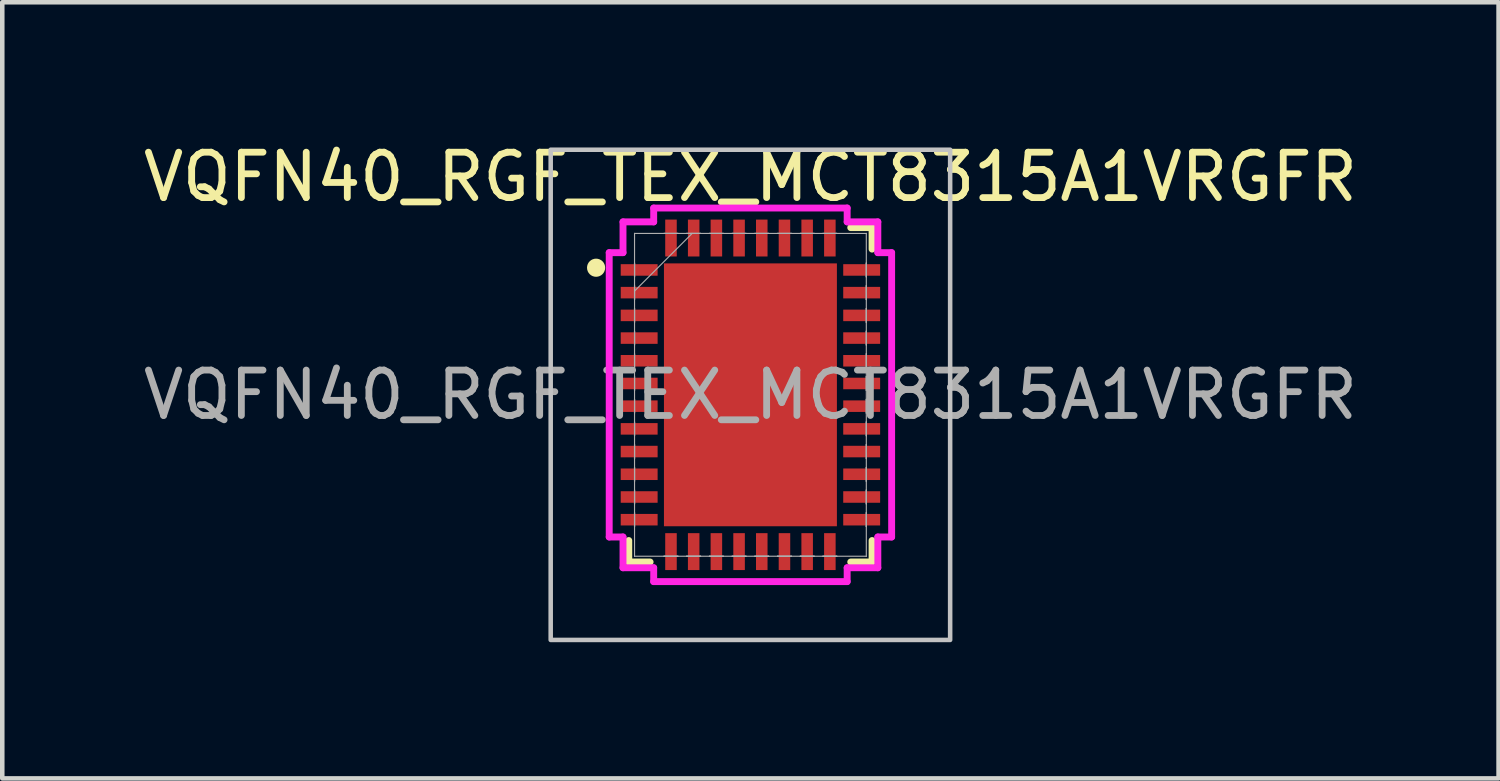
<source format=kicad_pcb>
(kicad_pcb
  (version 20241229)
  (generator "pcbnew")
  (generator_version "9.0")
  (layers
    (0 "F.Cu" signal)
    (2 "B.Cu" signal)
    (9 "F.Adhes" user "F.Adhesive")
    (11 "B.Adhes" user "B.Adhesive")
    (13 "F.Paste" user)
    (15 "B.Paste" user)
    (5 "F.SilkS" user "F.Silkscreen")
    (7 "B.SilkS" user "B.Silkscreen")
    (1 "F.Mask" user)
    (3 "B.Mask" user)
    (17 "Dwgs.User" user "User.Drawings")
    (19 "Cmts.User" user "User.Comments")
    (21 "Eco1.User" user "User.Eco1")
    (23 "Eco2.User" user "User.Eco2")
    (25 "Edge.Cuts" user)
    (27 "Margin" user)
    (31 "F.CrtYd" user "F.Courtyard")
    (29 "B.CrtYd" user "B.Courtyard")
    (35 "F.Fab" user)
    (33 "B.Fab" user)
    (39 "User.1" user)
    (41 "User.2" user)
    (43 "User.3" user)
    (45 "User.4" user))
  (footprint "VQFN40_RGF_TEX_MCT8315A1VRGFR"
    (layer "F.Cu")
    (at 13.482 5.648)
    (property "Reference" "VQFN40_RGF_TEX_MCT8315A1VRGFR" (at 0 -4.8 0) (unlocked yes) (layer "F.SilkS") (effects (font (size 1 1) (thickness 0.15))))
    (attr smd)
    (fp_line (start -2.68 3.21) (end -2.68 3.683) (stroke (width 0.152) (type solid)) (layer "F.SilkS"))
    (fp_line (start -2.68 3.683) (end -2.21 3.683) (stroke (width 0.152) (type solid)) (layer "F.SilkS"))
    (fp_line (start 2.21 3.683) (end 2.68 3.683) (stroke (width 0.152) (type solid)) (layer "F.SilkS"))
    (fp_line (start 2.68 -3.683) (end 2.21 -3.683) (stroke (width 0.152) (type solid)) (layer "F.SilkS"))
    (fp_line (start 2.68 -3.21) (end 2.68 -3.683) (stroke (width 0.152) (type solid)) (layer "F.SilkS"))
    (fp_line (start 2.68 3.683) (end 2.68 3.21) (stroke (width 0.152) (type solid)) (layer "F.SilkS"))
    (fp_circle (center -3.4 -2.8) (end -3.3 -2.8) (stroke (width 0.2) (type default)) (fill no) (layer "F.SilkS"))
    (fp_poly (pts (xy -1.805 -2.796) (xy -1.805 -1.548) (xy -0.735 -1.548) (xy -0.735 -2.796)) (stroke (width 0) (type solid)) (fill yes) (layer "F.Paste"))
    (fp_poly (pts (xy -1.805 -1.348) (xy -1.805 -0.1) (xy -0.735 -0.1) (xy -0.735 -1.348)) (stroke (width 0) (type solid)) (fill yes) (layer "F.Paste"))
    (fp_poly (pts (xy -1.805 0.1) (xy -1.805 1.348) (xy -0.735 1.348) (xy -0.735 0.1)) (stroke (width 0) (type solid)) (fill yes) (layer "F.Paste"))
    (fp_poly (pts (xy -1.805 1.548) (xy -1.805 2.796) (xy -0.735 2.796) (xy -0.735 1.548)) (stroke (width 0) (type solid)) (fill yes) (layer "F.Paste"))
    (fp_poly (pts (xy -0.535 -2.796) (xy -0.535 -1.548) (xy 0.535 -1.548) (xy 0.535 -2.796)) (stroke (width 0) (type solid)) (fill yes) (layer "F.Paste"))
    (fp_poly (pts (xy -0.535 -1.348) (xy -0.535 -0.1) (xy 0.535 -0.1) (xy 0.535 -1.348)) (stroke (width 0) (type solid)) (fill yes) (layer "F.Paste"))
    (fp_poly (pts (xy -0.535 0.1) (xy -0.535 1.348) (xy 0.535 1.348) (xy 0.535 0.1)) (stroke (width 0) (type solid)) (fill yes) (layer "F.Paste"))
    (fp_poly (pts (xy -0.535 1.548) (xy -0.535 2.796) (xy 0.535 2.796) (xy 0.535 1.548)) (stroke (width 0) (type solid)) (fill yes) (layer "F.Paste"))
    (fp_poly (pts (xy 0.735 -2.796) (xy 0.735 -1.548) (xy 1.805 -1.548) (xy 1.805 -2.796)) (stroke (width 0) (type solid)) (fill yes) (layer "F.Paste"))
    (fp_poly (pts (xy 0.735 -1.348) (xy 0.735 -0.1) (xy 1.805 -0.1) (xy 1.805 -1.348)) (stroke (width 0) (type solid)) (fill yes) (layer "F.Paste"))
    (fp_poly (pts (xy 0.735 0.1) (xy 0.735 1.348) (xy 1.805 1.348) (xy 1.805 0.1)) (stroke (width 0) (type solid)) (fill yes) (layer "F.Paste"))
    (fp_poly (pts (xy 0.735 1.548) (xy 0.735 2.796) (xy 1.805 2.796) (xy 1.805 1.548)) (stroke (width 0) (type solid)) (fill yes) (layer "F.Paste"))
    (fp_rect (start -4.4 -5.4) (end 4.4 5.4) (stroke (width 0.1) (type default)) (fill no) (layer "Dwgs.User"))
    (fp_line (start -3.111 -3.132) (end -2.807 -3.132) (stroke (width 0.152) (type solid)) (layer "F.CrtYd"))
    (fp_line (start -3.111 3.132) (end -3.111 -3.132) (stroke (width 0.152) (type solid)) (layer "F.CrtYd"))
    (fp_line (start -2.807 -3.81) (end -2.131 -3.81) (stroke (width 0.152) (type solid)) (layer "F.CrtYd"))
    (fp_line (start -2.807 -3.132) (end -2.807 -3.81) (stroke (width 0.152) (type solid)) (layer "F.CrtYd"))
    (fp_line (start -2.807 3.132) (end -3.111 3.132) (stroke (width 0.152) (type solid)) (layer "F.CrtYd"))
    (fp_line (start -2.807 3.81) (end -2.807 3.132) (stroke (width 0.152) (type solid)) (layer "F.CrtYd"))
    (fp_line (start -2.131 -4.115) (end 2.131 -4.115) (stroke (width 0.152) (type solid)) (layer "F.CrtYd"))
    (fp_line (start -2.131 -3.81) (end -2.131 -4.115) (stroke (width 0.152) (type solid)) (layer "F.CrtYd"))
    (fp_line (start -2.131 3.81) (end -2.807 3.81) (stroke (width 0.152) (type solid)) (layer "F.CrtYd"))
    (fp_line (start -2.131 4.115) (end -2.131 3.81) (stroke (width 0.152) (type solid)) (layer "F.CrtYd"))
    (fp_line (start 2.131 -4.115) (end 2.131 -3.81) (stroke (width 0.152) (type solid)) (layer "F.CrtYd"))
    (fp_line (start 2.131 -3.81) (end 2.807 -3.81) (stroke (width 0.152) (type solid)) (layer "F.CrtYd"))
    (fp_line (start 2.131 3.81) (end 2.131 4.115) (stroke (width 0.152) (type solid)) (layer "F.CrtYd"))
    (fp_line (start 2.131 4.115) (end -2.131 4.115) (stroke (width 0.152) (type solid)) (layer "F.CrtYd"))
    (fp_line (start 2.807 -3.81) (end 2.807 -3.132) (stroke (width 0.152) (type solid)) (layer "F.CrtYd"))
    (fp_line (start 2.807 -3.132) (end 3.111 -3.132) (stroke (width 0.152) (type solid)) (layer "F.CrtYd"))
    (fp_line (start 2.807 3.132) (end 2.807 3.81) (stroke (width 0.152) (type solid)) (layer "F.CrtYd"))
    (fp_line (start 2.807 3.81) (end 2.131 3.81) (stroke (width 0.152) (type solid)) (layer "F.CrtYd"))
    (fp_line (start 3.111 -3.132) (end 3.111 3.132) (stroke (width 0.152) (type solid)) (layer "F.CrtYd"))
    (fp_line (start 3.111 3.132) (end 2.807 3.132) (stroke (width 0.152) (type solid)) (layer "F.CrtYd"))
    (fp_line (start -2.553 -3.556) (end -2.553 -3.556) (stroke (width 0.025) (type solid)) (layer "F.Fab"))
    (fp_line (start -2.553 -3.556) (end -2.553 3.556) (stroke (width 0.025) (type solid)) (layer "F.Fab"))
    (fp_line (start -2.553 -2.903) (end -2.553 -2.903) (stroke (width 0.025) (type solid)) (layer "F.Fab"))
    (fp_line (start -2.553 -2.903) (end -2.553 -2.598) (stroke (width 0.025) (type solid)) (layer "F.Fab"))
    (fp_line (start -2.553 -2.598) (end -2.553 -2.903) (stroke (width 0.025) (type solid)) (layer "F.Fab"))
    (fp_line (start -2.553 -2.598) (end -2.553 -2.598) (stroke (width 0.025) (type solid)) (layer "F.Fab"))
    (fp_line (start -2.553 -2.403) (end -2.553 -2.403) (stroke (width 0.025) (type solid)) (layer "F.Fab"))
    (fp_line (start -2.553 -2.403) (end -2.553 -2.098) (stroke (width 0.025) (type solid)) (layer "F.Fab"))
    (fp_line (start -2.553 -2.286) (end -1.283 -3.556) (stroke (width 0.025) (type solid)) (layer "F.Fab"))
    (fp_line (start -2.553 -2.098) (end -2.553 -2.403) (stroke (width 0.025) (type solid)) (layer "F.Fab"))
    (fp_line (start -2.553 -2.098) (end -2.553 -2.098) (stroke (width 0.025) (type solid)) (layer "F.Fab"))
    (fp_line (start -2.553 -1.903) (end -2.553 -1.903) (stroke (width 0.025) (type solid)) (layer "F.Fab"))
    (fp_line (start -2.553 -1.903) (end -2.553 -1.598) (stroke (width 0.025) (type solid)) (layer "F.Fab"))
    (fp_line (start -2.553 -1.598) (end -2.553 -1.903) (stroke (width 0.025) (type solid)) (layer "F.Fab"))
    (fp_line (start -2.553 -1.598) (end -2.553 -1.598) (stroke (width 0.025) (type solid)) (layer "F.Fab"))
    (fp_line (start -2.553 -1.403) (end -2.553 -1.403) (stroke (width 0.025) (type solid)) (layer "F.Fab"))
    (fp_line (start -2.553 -1.403) (end -2.553 -1.098) (stroke (width 0.025) (type solid)) (layer "F.Fab"))
    (fp_line (start -2.553 -1.098) (end -2.553 -1.403) (stroke (width 0.025) (type solid)) (layer "F.Fab"))
    (fp_line (start -2.553 -1.098) (end -2.553 -1.098) (stroke (width 0.025) (type solid)) (layer "F.Fab"))
    (fp_line (start -2.553 -0.903) (end -2.553 -0.903) (stroke (width 0.025) (type solid)) (layer "F.Fab"))
    (fp_line (start -2.553 -0.903) (end -2.553 -0.598) (stroke (width 0.025) (type solid)) (layer "F.Fab"))
    (fp_line (start -2.553 -0.598) (end -2.553 -0.903) (stroke (width 0.025) (type solid)) (layer "F.Fab"))
    (fp_line (start -2.553 -0.598) (end -2.553 -0.598) (stroke (width 0.025) (type solid)) (layer "F.Fab"))
    (fp_line (start -2.553 -0.402) (end -2.553 -0.402) (stroke (width 0.025) (type solid)) (layer "F.Fab"))
    (fp_line (start -2.553 -0.402) (end -2.553 -0.098) (stroke (width 0.025) (type solid)) (layer "F.Fab"))
    (fp_line (start -2.553 -0.098) (end -2.553 -0.402) (stroke (width 0.025) (type solid)) (layer "F.Fab"))
    (fp_line (start -2.553 -0.098) (end -2.553 -0.098) (stroke (width 0.025) (type solid)) (layer "F.Fab"))
    (fp_line (start -2.553 0.098) (end -2.553 0.098) (stroke (width 0.025) (type solid)) (layer "F.Fab"))
    (fp_line (start -2.553 0.098) (end -2.553 0.402) (stroke (width 0.025) (type solid)) (layer "F.Fab"))
    (fp_line (start -2.553 0.402) (end -2.553 0.098) (stroke (width 0.025) (type solid)) (layer "F.Fab"))
    (fp_line (start -2.553 0.402) (end -2.553 0.402) (stroke (width 0.025) (type solid)) (layer "F.Fab"))
    (fp_line (start -2.553 0.598) (end -2.553 0.598) (stroke (width 0.025) (type solid)) (layer "F.Fab"))
    (fp_line (start -2.553 0.598) (end -2.553 0.903) (stroke (width 0.025) (type solid)) (layer "F.Fab"))
    (fp_line (start -2.553 0.903) (end -2.553 0.598) (stroke (width 0.025) (type solid)) (layer "F.Fab"))
    (fp_line (start -2.553 0.903) (end -2.553 0.903) (stroke (width 0.025) (type solid)) (layer "F.Fab"))
    (fp_line (start -2.553 1.098) (end -2.553 1.098) (stroke (width 0.025) (type solid)) (layer "F.Fab"))
    (fp_line (start -2.553 1.098) (end -2.553 1.403) (stroke (width 0.025) (type solid)) (layer "F.Fab"))
    (fp_line (start -2.553 1.403) (end -2.553 1.098) (stroke (width 0.025) (type solid)) (layer "F.Fab"))
    (fp_line (start -2.553 1.403) (end -2.553 1.403) (stroke (width 0.025) (type solid)) (layer "F.Fab"))
    (fp_line (start -2.553 1.598) (end -2.553 1.598) (stroke (width 0.025) (type solid)) (layer "F.Fab"))
    (fp_line (start -2.553 1.598) (end -2.553 1.903) (stroke (width 0.025) (type solid)) (layer "F.Fab"))
    (fp_line (start -2.553 1.903) (end -2.553 1.598) (stroke (width 0.025) (type solid)) (layer "F.Fab"))
    (fp_line (start -2.553 1.903) (end -2.553 1.903) (stroke (width 0.025) (type solid)) (layer "F.Fab"))
    (fp_line (start -2.553 2.098) (end -2.553 2.098) (stroke (width 0.025) (type solid)) (layer "F.Fab"))
    (fp_line (start -2.553 2.098) (end -2.553 2.403) (stroke (width 0.025) (type solid)) (layer "F.Fab"))
    (fp_line (start -2.553 2.403) (end -2.553 2.098) (stroke (width 0.025) (type solid)) (layer "F.Fab"))
    (fp_line (start -2.553 2.403) (end -2.553 2.403) (stroke (width 0.025) (type solid)) (layer "F.Fab"))
    (fp_line (start -2.553 2.598) (end -2.553 2.598) (stroke (width 0.025) (type solid)) (layer "F.Fab"))
    (fp_line (start -2.553 2.598) (end -2.553 2.903) (stroke (width 0.025) (type solid)) (layer "F.Fab"))
    (fp_line (start -2.553 2.903) (end -2.553 2.598) (stroke (width 0.025) (type solid)) (layer "F.Fab"))
    (fp_line (start -2.553 2.903) (end -2.553 2.903) (stroke (width 0.025) (type solid)) (layer "F.Fab"))
    (fp_line (start -2.553 3.556) (end -2.553 3.556) (stroke (width 0.025) (type solid)) (layer "F.Fab"))
    (fp_line (start -2.553 3.556) (end 2.553 3.556) (stroke (width 0.025) (type solid)) (layer "F.Fab"))
    (fp_line (start -1.903 -3.556) (end -1.903 -3.556) (stroke (width 0.025) (type solid)) (layer "F.Fab"))
    (fp_line (start -1.903 -3.556) (end -1.598 -3.556) (stroke (width 0.025) (type solid)) (layer "F.Fab"))
    (fp_line (start -1.903 3.556) (end -1.903 3.556) (stroke (width 0.025) (type solid)) (layer "F.Fab"))
    (fp_line (start -1.903 3.556) (end -1.598 3.556) (stroke (width 0.025) (type solid)) (layer "F.Fab"))
    (fp_line (start -1.598 -3.556) (end -1.903 -3.556) (stroke (width 0.025) (type solid)) (layer "F.Fab"))
    (fp_line (start -1.598 -3.556) (end -1.598 -3.556) (stroke (width 0.025) (type solid)) (layer "F.Fab"))
    (fp_line (start -1.598 3.556) (end -1.903 3.556) (stroke (width 0.025) (type solid)) (layer "F.Fab"))
    (fp_line (start -1.598 3.556) (end -1.598 3.556) (stroke (width 0.025) (type solid)) (layer "F.Fab"))
    (fp_line (start -1.403 -3.556) (end -1.403 -3.556) (stroke (width 0.025) (type solid)) (layer "F.Fab"))
    (fp_line (start -1.403 -3.556) (end -1.098 -3.556) (stroke (width 0.025) (type solid)) (layer "F.Fab"))
    (fp_line (start -1.403 3.556) (end -1.403 3.556) (stroke (width 0.025) (type solid)) (layer "F.Fab"))
    (fp_line (start -1.403 3.556) (end -1.098 3.556) (stroke (width 0.025) (type solid)) (layer "F.Fab"))
    (fp_line (start -1.098 -3.556) (end -1.403 -3.556) (stroke (width 0.025) (type solid)) (layer "F.Fab"))
    (fp_line (start -1.098 -3.556) (end -1.098 -3.556) (stroke (width 0.025) (type solid)) (layer "F.Fab"))
    (fp_line (start -1.098 3.556) (end -1.403 3.556) (stroke (width 0.025) (type solid)) (layer "F.Fab"))
    (fp_line (start -1.098 3.556) (end -1.098 3.556) (stroke (width 0.025) (type solid)) (layer "F.Fab"))
    (fp_line (start -0.903 -3.556) (end -0.903 -3.556) (stroke (width 0.025) (type solid)) (layer "F.Fab"))
    (fp_line (start -0.903 -3.556) (end -0.598 -3.556) (stroke (width 0.025) (type solid)) (layer "F.Fab"))
    (fp_line (start -0.903 3.556) (end -0.903 3.556) (stroke (width 0.025) (type solid)) (layer "F.Fab"))
    (fp_line (start -0.903 3.556) (end -0.598 3.556) (stroke (width 0.025) (type solid)) (layer "F.Fab"))
    (fp_line (start -0.598 -3.556) (end -0.903 -3.556) (stroke (width 0.025) (type solid)) (layer "F.Fab"))
    (fp_line (start -0.598 -3.556) (end -0.598 -3.556) (stroke (width 0.025) (type solid)) (layer "F.Fab"))
    (fp_line (start -0.598 3.556) (end -0.903 3.556) (stroke (width 0.025) (type solid)) (layer "F.Fab"))
    (fp_line (start -0.598 3.556) (end -0.598 3.556) (stroke (width 0.025) (type solid)) (layer "F.Fab"))
    (fp_line (start -0.402 -3.556) (end -0.402 -3.556) (stroke (width 0.025) (type solid)) (layer "F.Fab"))
    (fp_line (start -0.402 -3.556) (end -0.098 -3.556) (stroke (width 0.025) (type solid)) (layer "F.Fab"))
    (fp_line (start -0.402 3.556) (end -0.402 3.556) (stroke (width 0.025) (type solid)) (layer "F.Fab"))
    (fp_line (start -0.402 3.556) (end -0.098 3.556) (stroke (width 0.025) (type solid)) (layer "F.Fab"))
    (fp_line (start -0.098 -3.556) (end -0.402 -3.556) (stroke (width 0.025) (type solid)) (layer "F.Fab"))
    (fp_line (start -0.098 -3.556) (end -0.098 -3.556) (stroke (width 0.025) (type solid)) (layer "F.Fab"))
    (fp_line (start -0.098 3.556) (end -0.402 3.556) (stroke (width 0.025) (type solid)) (layer "F.Fab"))
    (fp_line (start -0.098 3.556) (end -0.098 3.556) (stroke (width 0.025) (type solid)) (layer "F.Fab"))
    (fp_line (start 0.098 -3.556) (end 0.098 -3.556) (stroke (width 0.025) (type solid)) (layer "F.Fab"))
    (fp_line (start 0.098 -3.556) (end 0.402 -3.556) (stroke (width 0.025) (type solid)) (layer "F.Fab"))
    (fp_line (start 0.098 3.556) (end 0.098 3.556) (stroke (width 0.025) (type solid)) (layer "F.Fab"))
    (fp_line (start 0.098 3.556) (end 0.402 3.556) (stroke (width 0.025) (type solid)) (layer "F.Fab"))
    (fp_line (start 0.402 -3.556) (end 0.098 -3.556) (stroke (width 0.025) (type solid)) (layer "F.Fab"))
    (fp_line (start 0.402 -3.556) (end 0.402 -3.556) (stroke (width 0.025) (type solid)) (layer "F.Fab"))
    (fp_line (start 0.402 3.556) (end 0.098 3.556) (stroke (width 0.025) (type solid)) (layer "F.Fab"))
    (fp_line (start 0.402 3.556) (end 0.402 3.556) (stroke (width 0.025) (type solid)) (layer "F.Fab"))
    (fp_line (start 0.598 -3.556) (end 0.598 -3.556) (stroke (width 0.025) (type solid)) (layer "F.Fab"))
    (fp_line (start 0.598 -3.556) (end 0.903 -3.556) (stroke (width 0.025) (type solid)) (layer "F.Fab"))
    (fp_line (start 0.598 3.556) (end 0.598 3.556) (stroke (width 0.025) (type solid)) (layer "F.Fab"))
    (fp_line (start 0.598 3.556) (end 0.903 3.556) (stroke (width 0.025) (type solid)) (layer "F.Fab"))
    (fp_line (start 0.903 -3.556) (end 0.598 -3.556) (stroke (width 0.025) (type solid)) (layer "F.Fab"))
    (fp_line (start 0.903 -3.556) (end 0.903 -3.556) (stroke (width 0.025) (type solid)) (layer "F.Fab"))
    (fp_line (start 0.903 3.556) (end 0.598 3.556) (stroke (width 0.025) (type solid)) (layer "F.Fab"))
    (fp_line (start 0.903 3.556) (end 0.903 3.556) (stroke (width 0.025) (type solid)) (layer "F.Fab"))
    (fp_line (start 1.098 -3.556) (end 1.098 -3.556) (stroke (width 0.025) (type solid)) (layer "F.Fab"))
    (fp_line (start 1.098 -3.556) (end 1.403 -3.556) (stroke (width 0.025) (type solid)) (layer "F.Fab"))
    (fp_line (start 1.098 3.556) (end 1.098 3.556) (stroke (width 0.025) (type solid)) (layer "F.Fab"))
    (fp_line (start 1.098 3.556) (end 1.403 3.556) (stroke (width 0.025) (type solid)) (layer "F.Fab"))
    (fp_line (start 1.403 -3.556) (end 1.098 -3.556) (stroke (width 0.025) (type solid)) (layer "F.Fab"))
    (fp_line (start 1.403 -3.556) (end 1.403 -3.556) (stroke (width 0.025) (type solid)) (layer "F.Fab"))
    (fp_line (start 1.403 3.556) (end 1.098 3.556) (stroke (width 0.025) (type solid)) (layer "F.Fab"))
    (fp_line (start 1.403 3.556) (end 1.403 3.556) (stroke (width 0.025) (type solid)) (layer "F.Fab"))
    (fp_line (start 1.598 -3.556) (end 1.598 -3.556) (stroke (width 0.025) (type solid)) (layer "F.Fab"))
    (fp_line (start 1.598 -3.556) (end 1.903 -3.556) (stroke (width 0.025) (type solid)) (layer "F.Fab"))
    (fp_line (start 1.598 3.556) (end 1.598 3.556) (stroke (width 0.025) (type solid)) (layer "F.Fab"))
    (fp_line (start 1.598 3.556) (end 1.903 3.556) (stroke (width 0.025) (type solid)) (layer "F.Fab"))
    (fp_line (start 1.903 -3.556) (end 1.598 -3.556) (stroke (width 0.025) (type solid)) (layer "F.Fab"))
    (fp_line (start 1.903 -3.556) (end 1.903 -3.556) (stroke (width 0.025) (type solid)) (layer "F.Fab"))
    (fp_line (start 1.903 3.556) (end 1.598 3.556) (stroke (width 0.025) (type solid)) (layer "F.Fab"))
    (fp_line (start 1.903 3.556) (end 1.903 3.556) (stroke (width 0.025) (type solid)) (layer "F.Fab"))
    (fp_line (start 2.553 -3.556) (end -2.553 -3.556) (stroke (width 0.025) (type solid)) (layer "F.Fab"))
    (fp_line (start 2.553 -3.556) (end 2.553 -3.556) (stroke (width 0.025) (type solid)) (layer "F.Fab"))
    (fp_line (start 2.553 -2.903) (end 2.553 -2.903) (stroke (width 0.025) (type solid)) (layer "F.Fab"))
    (fp_line (start 2.553 -2.903) (end 2.553 -2.598) (stroke (width 0.025) (type solid)) (layer "F.Fab"))
    (fp_line (start 2.553 -2.598) (end 2.553 -2.903) (stroke (width 0.025) (type solid)) (layer "F.Fab"))
    (fp_line (start 2.553 -2.598) (end 2.553 -2.598) (stroke (width 0.025) (type solid)) (layer "F.Fab"))
    (fp_line (start 2.553 -2.403) (end 2.553 -2.403) (stroke (width 0.025) (type solid)) (layer "F.Fab"))
    (fp_line (start 2.553 -2.403) (end 2.553 -2.098) (stroke (width 0.025) (type solid)) (layer "F.Fab"))
    (fp_line (start 2.553 -2.098) (end 2.553 -2.403) (stroke (width 0.025) (type solid)) (layer "F.Fab"))
    (fp_line (start 2.553 -2.098) (end 2.553 -2.098) (stroke (width 0.025) (type solid)) (layer "F.Fab"))
    (fp_line (start 2.553 -1.903) (end 2.553 -1.903) (stroke (width 0.025) (type solid)) (layer "F.Fab"))
    (fp_line (start 2.553 -1.903) (end 2.553 -1.598) (stroke (width 0.025) (type solid)) (layer "F.Fab"))
    (fp_line (start 2.553 -1.598) (end 2.553 -1.903) (stroke (width 0.025) (type solid)) (layer "F.Fab"))
    (fp_line (start 2.553 -1.598) (end 2.553 -1.598) (stroke (width 0.025) (type solid)) (layer "F.Fab"))
    (fp_line (start 2.553 -1.403) (end 2.553 -1.403) (stroke (width 0.025) (type solid)) (layer "F.Fab"))
    (fp_line (start 2.553 -1.403) (end 2.553 -1.098) (stroke (width 0.025) (type solid)) (layer "F.Fab"))
    (fp_line (start 2.553 -1.098) (end 2.553 -1.403) (stroke (width 0.025) (type solid)) (layer "F.Fab"))
    (fp_line (start 2.553 -1.098) (end 2.553 -1.098) (stroke (width 0.025) (type solid)) (layer "F.Fab"))
    (fp_line (start 2.553 -0.903) (end 2.553 -0.903) (stroke (width 0.025) (type solid)) (layer "F.Fab"))
    (fp_line (start 2.553 -0.903) (end 2.553 -0.598) (stroke (width 0.025) (type solid)) (layer "F.Fab"))
    (fp_line (start 2.553 -0.598) (end 2.553 -0.903) (stroke (width 0.025) (type solid)) (layer "F.Fab"))
    (fp_line (start 2.553 -0.598) (end 2.553 -0.598) (stroke (width 0.025) (type solid)) (layer "F.Fab"))
    (fp_line (start 2.553 -0.402) (end 2.553 -0.402) (stroke (width 0.025) (type solid)) (layer "F.Fab"))
    (fp_line (start 2.553 -0.402) (end 2.553 -0.098) (stroke (width 0.025) (type solid)) (layer "F.Fab"))
    (fp_line (start 2.553 -0.098) (end 2.553 -0.402) (stroke (width 0.025) (type solid)) (layer "F.Fab"))
    (fp_line (start 2.553 -0.098) (end 2.553 -0.098) (stroke (width 0.025) (type solid)) (layer "F.Fab"))
    (fp_line (start 2.553 0.098) (end 2.553 0.098) (stroke (width 0.025) (type solid)) (layer "F.Fab"))
    (fp_line (start 2.553 0.098) (end 2.553 0.402) (stroke (width 0.025) (type solid)) (layer "F.Fab"))
    (fp_line (start 2.553 0.402) (end 2.553 0.098) (stroke (width 0.025) (type solid)) (layer "F.Fab"))
    (fp_line (start 2.553 0.402) (end 2.553 0.402) (stroke (width 0.025) (type solid)) (layer "F.Fab"))
    (fp_line (start 2.553 0.598) (end 2.553 0.598) (stroke (width 0.025) (type solid)) (layer "F.Fab"))
    (fp_line (start 2.553 0.598) (end 2.553 0.903) (stroke (width 0.025) (type solid)) (layer "F.Fab"))
    (fp_line (start 2.553 0.903) (end 2.553 0.598) (stroke (width 0.025) (type solid)) (layer "F.Fab"))
    (fp_line (start 2.553 0.903) (end 2.553 0.903) (stroke (width 0.025) (type solid)) (layer "F.Fab"))
    (fp_line (start 2.553 1.098) (end 2.553 1.098) (stroke (width 0.025) (type solid)) (layer "F.Fab"))
    (fp_line (start 2.553 1.098) (end 2.553 1.403) (stroke (width 0.025) (type solid)) (layer "F.Fab"))
    (fp_line (start 2.553 1.403) (end 2.553 1.098) (stroke (width 0.025) (type solid)) (layer "F.Fab"))
    (fp_line (start 2.553 1.403) (end 2.553 1.403) (stroke (width 0.025) (type solid)) (layer "F.Fab"))
    (fp_line (start 2.553 1.598) (end 2.553 1.598) (stroke (width 0.025) (type solid)) (layer "F.Fab"))
    (fp_line (start 2.553 1.598) (end 2.553 1.903) (stroke (width 0.025) (type solid)) (layer "F.Fab"))
    (fp_line (start 2.553 1.903) (end 2.553 1.598) (stroke (width 0.025) (type solid)) (layer "F.Fab"))
    (fp_line (start 2.553 1.903) (end 2.553 1.903) (stroke (width 0.025) (type solid)) (layer "F.Fab"))
    (fp_line (start 2.553 2.098) (end 2.553 2.098) (stroke (width 0.025) (type solid)) (layer "F.Fab"))
    (fp_line (start 2.553 2.098) (end 2.553 2.403) (stroke (width 0.025) (type solid)) (layer "F.Fab"))
    (fp_line (start 2.553 2.403) (end 2.553 2.098) (stroke (width 0.025) (type solid)) (layer "F.Fab"))
    (fp_line (start 2.553 2.403) (end 2.553 2.403) (stroke (width 0.025) (type solid)) (layer "F.Fab"))
    (fp_line (start 2.553 2.598) (end 2.553 2.598) (stroke (width 0.025) (type solid)) (layer "F.Fab"))
    (fp_line (start 2.553 2.598) (end 2.553 2.903) (stroke (width 0.025) (type solid)) (layer "F.Fab"))
    (fp_line (start 2.553 2.903) (end 2.553 2.598) (stroke (width 0.025) (type solid)) (layer "F.Fab"))
    (fp_line (start 2.553 2.903) (end 2.553 2.903) (stroke (width 0.025) (type solid)) (layer "F.Fab"))
    (fp_line (start 2.553 3.556) (end 2.553 -3.556) (stroke (width 0.025) (type solid)) (layer "F.Fab"))
    (fp_line (start 2.553 3.556) (end 2.553 3.556) (stroke (width 0.025) (type solid)) (layer "F.Fab"))
    (fp_text user "${REFERENCE}" (at 0 0 0) (unlocked yes) (layer "F.Fab") (effects (font (size 1 1) (thickness 0.15))))
    (pad "1" smd rect (at -2.451 -2.751 90) (size 0.254 0.813) (layers "F.Cu" "F.Mask" "F.Paste"))
    (pad "2" smd rect (at -2.451 -2.251 90) (size 0.254 0.813) (layers "F.Cu" "F.Mask" "F.Paste"))
    (pad "3" smd rect (at -2.451 -1.75 90) (size 0.254 0.813) (layers "F.Cu" "F.Mask" "F.Paste"))
    (pad "4" smd rect (at -2.451 -1.25 90) (size 0.254 0.813) (layers "F.Cu" "F.Mask" "F.Paste"))
    (pad "5" smd rect (at -2.451 -0.75 90) (size 0.254 0.813) (layers "F.Cu" "F.Mask" "F.Paste"))
    (pad "6" smd rect (at -2.451 -0.25 90) (size 0.254 0.813) (layers "F.Cu" "F.Mask" "F.Paste"))
    (pad "7" smd rect (at -2.451 0.25 90) (size 0.254 0.813) (layers "F.Cu" "F.Mask" "F.Paste"))
    (pad "8" smd rect (at -2.451 0.75 90) (size 0.254 0.813) (layers "F.Cu" "F.Mask" "F.Paste"))
    (pad "9" smd rect (at -2.451 1.25 90) (size 0.254 0.813) (layers "F.Cu" "F.Mask" "F.Paste"))
    (pad "10" smd rect (at -2.451 1.75 90) (size 0.254 0.813) (layers "F.Cu" "F.Mask" "F.Paste"))
    (pad "11" smd rect (at -2.451 2.251 90) (size 0.254 0.813) (layers "F.Cu" "F.Mask" "F.Paste"))
    (pad "12" smd rect (at -2.451 2.751 90) (size 0.254 0.813) (layers "F.Cu" "F.Mask" "F.Paste"))
    (pad "13" smd rect (at -1.75 3.454) (size 0.254 0.813) (layers "F.Cu" "F.Mask" "F.Paste"))
    (pad "14" smd rect (at -1.25 3.454) (size 0.254 0.813) (layers "F.Cu" "F.Mask" "F.Paste"))
    (pad "15" smd rect (at -0.75 3.454) (size 0.254 0.813) (layers "F.Cu" "F.Mask" "F.Paste"))
    (pad "16" smd rect (at -0.25 3.454) (size 0.254 0.813) (layers "F.Cu" "F.Mask" "F.Paste"))
    (pad "17" smd rect (at 0.25 3.454) (size 0.254 0.813) (layers "F.Cu" "F.Mask" "F.Paste"))
    (pad "18" smd rect (at 0.75 3.454) (size 0.254 0.813) (layers "F.Cu" "F.Mask" "F.Paste"))
    (pad "19" smd rect (at 1.25 3.454) (size 0.254 0.813) (layers "F.Cu" "F.Mask" "F.Paste"))
    (pad "20" smd rect (at 1.75 3.454) (size 0.254 0.813) (layers "F.Cu" "F.Mask" "F.Paste"))
    (pad "21" smd rect (at 2.451 2.751 90) (size 0.254 0.813) (layers "F.Cu" "F.Mask" "F.Paste"))
    (pad "22" smd rect (at 2.451 2.251 90) (size 0.254 0.813) (layers "F.Cu" "F.Mask" "F.Paste"))
    (pad "23" smd rect (at 2.451 1.75 90) (size 0.254 0.813) (layers "F.Cu" "F.Mask" "F.Paste"))
    (pad "24" smd rect (at 2.451 1.25 90) (size 0.254 0.813) (layers "F.Cu" "F.Mask" "F.Paste"))
    (pad "25" smd rect (at 2.451 0.75 90) (size 0.254 0.813) (layers "F.Cu" "F.Mask" "F.Paste"))
    (pad "26" smd rect (at 2.451 0.25 90) (size 0.254 0.813) (layers "F.Cu" "F.Mask" "F.Paste"))
    (pad "27" smd rect (at 2.451 -0.25 90) (size 0.254 0.813) (layers "F.Cu" "F.Mask" "F.Paste"))
    (pad "28" smd rect (at 2.451 -0.75 90) (size 0.254 0.813) (layers "F.Cu" "F.Mask" "F.Paste"))
    (pad "29" smd rect (at 2.451 -1.25 90) (size 0.254 0.813) (layers "F.Cu" "F.Mask" "F.Paste"))
    (pad "30" smd rect (at 2.451 -1.75 90) (size 0.254 0.813) (layers "F.Cu" "F.Mask" "F.Paste"))
    (pad "31" smd rect (at 2.451 -2.251 90) (size 0.254 0.813) (layers "F.Cu" "F.Mask" "F.Paste"))
    (pad "32" smd rect (at 2.451 -2.751 90) (size 0.254 0.813) (layers "F.Cu" "F.Mask" "F.Paste"))
    (pad "33" smd rect (at 1.75 -3.454) (size 0.254 0.813) (layers "F.Cu" "F.Mask" "F.Paste"))
    (pad "34" smd rect (at 1.25 -3.454) (size 0.254 0.813) (layers "F.Cu" "F.Mask" "F.Paste"))
    (pad "35" smd rect (at 0.75 -3.454) (size 0.254 0.813) (layers "F.Cu" "F.Mask" "F.Paste"))
    (pad "36" smd rect (at 0.25 -3.454) (size 0.254 0.813) (layers "F.Cu" "F.Mask" "F.Paste"))
    (pad "37" smd rect (at -0.25 -3.454) (size 0.254 0.813) (layers "F.Cu" "F.Mask" "F.Paste"))
    (pad "38" smd rect (at -0.75 -3.454) (size 0.254 0.813) (layers "F.Cu" "F.Mask" "F.Paste"))
    (pad "39" smd rect (at -1.25 -3.454) (size 0.254 0.813) (layers "F.Cu" "F.Mask" "F.Paste"))
    (pad "40" smd rect (at -1.75 -3.454) (size 0.254 0.813) (layers "F.Cu" "F.Mask" "F.Paste"))
    (pad "41" smd rect (at 0 0) (size 3.81 5.791) (layers "F.Cu" "F.Mask" "F.Paste")))
  (gr_rect
    (start -3 -3)
    (end 29.964 14.098)
    (stroke (width 0.1) (type default))
    (fill no)
    (layer "Edge.Cuts")))
</source>
